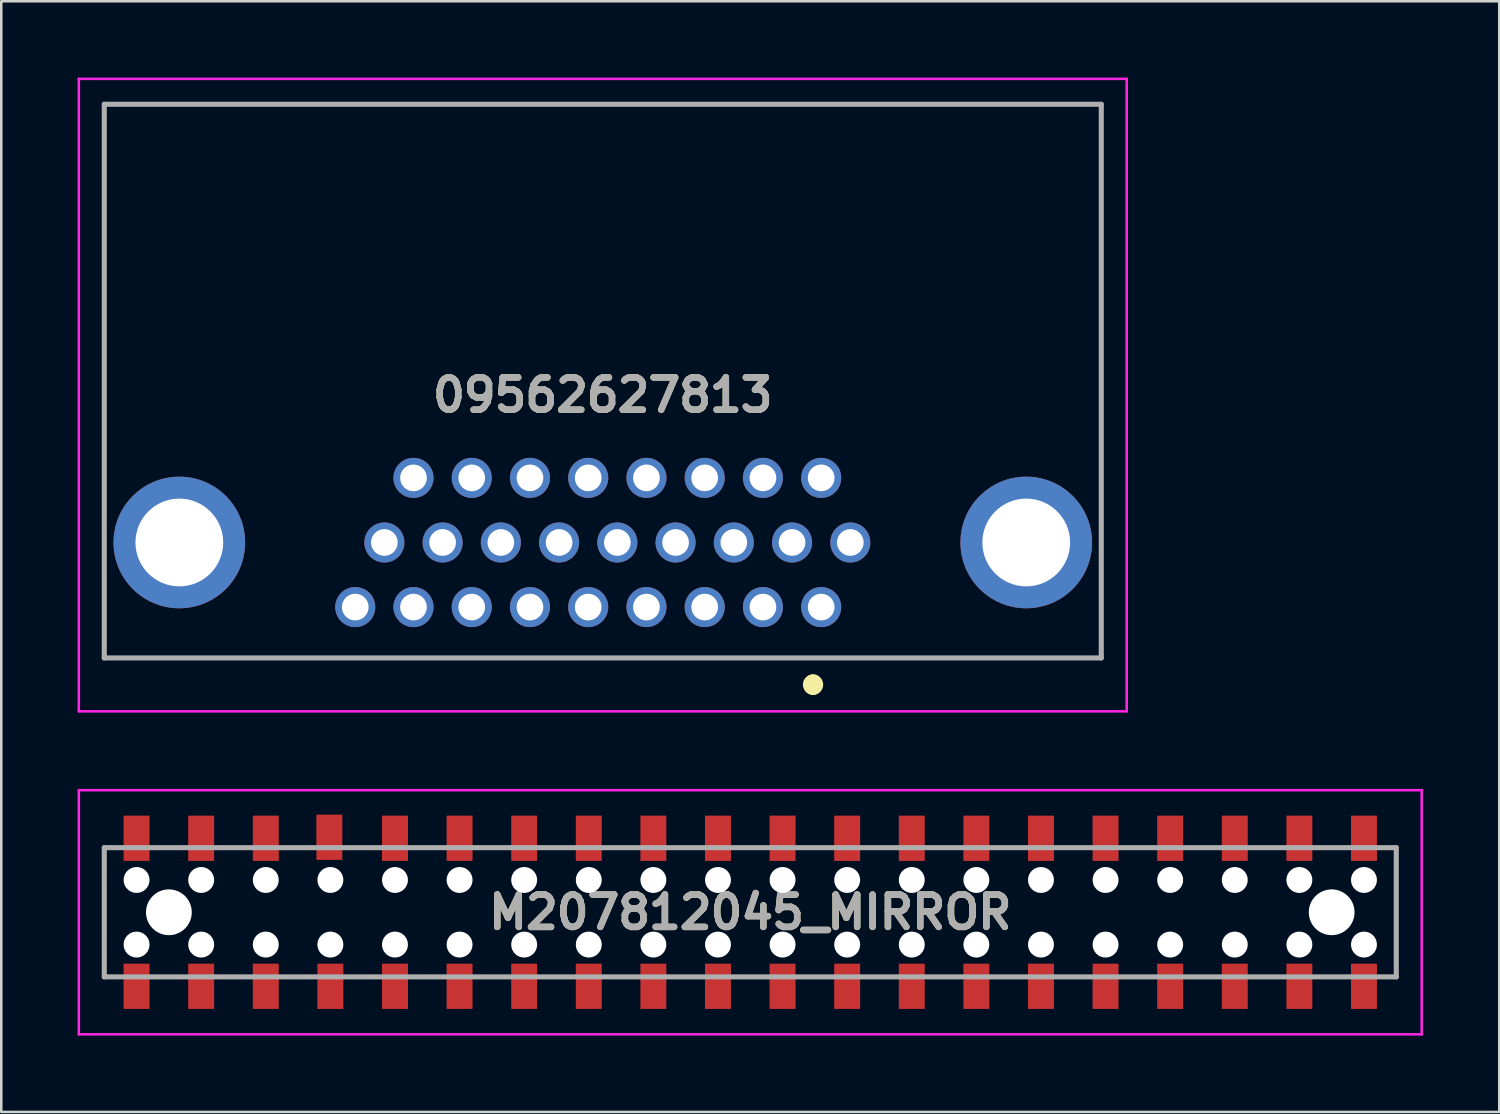
<source format=kicad_pcb>
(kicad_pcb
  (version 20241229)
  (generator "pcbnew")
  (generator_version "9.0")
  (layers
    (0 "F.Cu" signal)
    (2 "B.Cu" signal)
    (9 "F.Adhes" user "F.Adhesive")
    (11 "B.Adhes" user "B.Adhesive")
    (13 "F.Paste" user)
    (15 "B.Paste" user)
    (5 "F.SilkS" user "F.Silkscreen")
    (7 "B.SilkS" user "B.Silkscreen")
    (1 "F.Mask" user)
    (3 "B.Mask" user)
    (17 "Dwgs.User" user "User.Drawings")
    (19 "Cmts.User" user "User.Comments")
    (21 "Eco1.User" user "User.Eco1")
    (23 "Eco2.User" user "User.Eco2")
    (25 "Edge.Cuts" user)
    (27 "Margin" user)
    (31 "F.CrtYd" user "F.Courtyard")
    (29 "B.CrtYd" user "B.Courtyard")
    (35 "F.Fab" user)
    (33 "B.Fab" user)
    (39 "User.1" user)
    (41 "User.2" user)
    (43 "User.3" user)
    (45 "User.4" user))
  (footprint "M207812045_MIRROR"
    (layer "F.Cu")
    (at 26.45 32.82)
    (property "Reference" "M207812045_MIRROR" (at 0 0 0) (layer "F.SilkS") (effects (font (size 1.27 1.27) (thickness 0.254))))
    (attr through_hole)
    (fp_line (start -25.4 -2.54) (end -25.4 2.54) (stroke (width 0.1) (type solid)) (layer "F.SilkS"))
    (fp_line (start 25.4 -2.54) (end 25.4 2.54) (stroke (width 0.1) (type solid)) (layer "F.SilkS"))
    (fp_line (start -26.4 -4.8) (end 26.4 -4.8) (stroke (width 0.1) (type solid)) (layer "F.CrtYd"))
    (fp_line (start -26.4 4.8) (end -26.4 -4.8) (stroke (width 0.1) (type solid)) (layer "F.CrtYd"))
    (fp_line (start 26.4 -4.8) (end 26.4 4.8) (stroke (width 0.1) (type solid)) (layer "F.CrtYd"))
    (fp_line (start 26.4 4.8) (end -26.4 4.8) (stroke (width 0.1) (type solid)) (layer "F.CrtYd"))
    (fp_line (start -25.4 -2.54) (end 25.4 -2.54) (stroke (width 0.2) (type solid)) (layer "F.Fab"))
    (fp_line (start -25.4 2.54) (end -25.4 -2.54) (stroke (width 0.2) (type solid)) (layer "F.Fab"))
    (fp_line (start 25.4 -2.54) (end 25.4 2.54) (stroke (width 0.2) (type solid)) (layer "F.Fab"))
    (fp_line (start 25.4 2.54) (end -25.4 2.54) (stroke (width 0.2) (type solid)) (layer "F.Fab"))
    (fp_text user "${REFERENCE}" (at 0 0 0) (layer "F.Fab") (effects (font (size 1.27 1.27) (thickness 0.254))))
    (pad "" np_thru_hole circle (at -24.13 -1.27) (size 1.02 1.02) (drill 1.02) (layers "*.Cu" "*.Mask"))
    (pad "" np_thru_hole circle (at -24.13 1.27) (size 1.02 1.02) (drill 1.02) (layers "*.Cu" "*.Mask"))
    (pad "" np_thru_hole circle (at -22.86 0) (size 1.8 1.8) (drill 1.8) (layers "*.Cu" "*.Mask"))
    (pad "" np_thru_hole circle (at -21.59 -1.27) (size 1.02 1.02) (drill 1.02) (layers "*.Cu" "*.Mask"))
    (pad "" np_thru_hole circle (at -21.59 1.27) (size 1.02 1.02) (drill 1.02) (layers "*.Cu" "*.Mask"))
    (pad "" np_thru_hole circle (at -19.05 -1.27) (size 1.02 1.02) (drill 1.02) (layers "*.Cu" "*.Mask"))
    (pad "" np_thru_hole circle (at -19.05 1.27) (size 1.02 1.02) (drill 1.02) (layers "*.Cu" "*.Mask"))
    (pad "" np_thru_hole circle (at -16.51 -1.27) (size 1.02 1.02) (drill 1.02) (layers "*.Cu" "*.Mask"))
    (pad "" np_thru_hole circle (at -16.51 1.27) (size 1.02 1.02) (drill 1.02) (layers "*.Cu" "*.Mask"))
    (pad "" np_thru_hole circle (at -13.97 -1.27) (size 1.02 1.02) (drill 1.02) (layers "*.Cu" "*.Mask"))
    (pad "" np_thru_hole circle (at -13.97 1.27) (size 1.02 1.02) (drill 1.02) (layers "*.Cu" "*.Mask"))
    (pad "" np_thru_hole circle (at -11.43 -1.27) (size 1.02 1.02) (drill 1.02) (layers "*.Cu" "*.Mask"))
    (pad "" np_thru_hole circle (at -11.43 1.27) (size 1.02 1.02) (drill 1.02) (layers "*.Cu" "*.Mask"))
    (pad "" np_thru_hole circle (at -8.89 -1.27) (size 1.02 1.02) (drill 1.02) (layers "*.Cu" "*.Mask"))
    (pad "" np_thru_hole circle (at -8.89 1.27) (size 1.02 1.02) (drill 1.02) (layers "*.Cu" "*.Mask"))
    (pad "" np_thru_hole circle (at -6.35 -1.27) (size 1.02 1.02) (drill 1.02) (layers "*.Cu" "*.Mask"))
    (pad "" np_thru_hole circle (at -6.35 1.27) (size 1.02 1.02) (drill 1.02) (layers "*.Cu" "*.Mask"))
    (pad "" np_thru_hole circle (at -3.81 -1.27) (size 1.02 1.02) (drill 1.02) (layers "*.Cu" "*.Mask"))
    (pad "" np_thru_hole circle (at -3.81 1.27) (size 1.02 1.02) (drill 1.02) (layers "*.Cu" "*.Mask"))
    (pad "" np_thru_hole circle (at -1.27 -1.27) (size 1.02 1.02) (drill 1.02) (layers "*.Cu" "*.Mask"))
    (pad "" np_thru_hole circle (at -1.27 1.27) (size 1.02 1.02) (drill 1.02) (layers "*.Cu" "*.Mask"))
    (pad "" np_thru_hole circle (at 1.27 -1.27) (size 1.02 1.02) (drill 1.02) (layers "*.Cu" "*.Mask"))
    (pad "" np_thru_hole circle (at 1.27 1.27) (size 1.02 1.02) (drill 1.02) (layers "*.Cu" "*.Mask"))
    (pad "" np_thru_hole circle (at 3.81 -1.27) (size 1.02 1.02) (drill 1.02) (layers "*.Cu" "*.Mask"))
    (pad "" np_thru_hole circle (at 3.81 1.27) (size 1.02 1.02) (drill 1.02) (layers "*.Cu" "*.Mask"))
    (pad "" np_thru_hole circle (at 6.35 -1.27) (size 1.02 1.02) (drill 1.02) (layers "*.Cu" "*.Mask"))
    (pad "" np_thru_hole circle (at 6.35 1.27) (size 1.02 1.02) (drill 1.02) (layers "*.Cu" "*.Mask"))
    (pad "" np_thru_hole circle (at 8.89 -1.27) (size 1.02 1.02) (drill 1.02) (layers "*.Cu" "*.Mask"))
    (pad "" np_thru_hole circle (at 8.89 1.27) (size 1.02 1.02) (drill 1.02) (layers "*.Cu" "*.Mask"))
    (pad "" np_thru_hole circle (at 11.43 -1.27) (size 1.02 1.02) (drill 1.02) (layers "*.Cu" "*.Mask"))
    (pad "" np_thru_hole circle (at 11.43 1.27) (size 1.02 1.02) (drill 1.02) (layers "*.Cu" "*.Mask"))
    (pad "" np_thru_hole circle (at 13.97 -1.27) (size 1.02 1.02) (drill 1.02) (layers "*.Cu" "*.Mask"))
    (pad "" np_thru_hole circle (at 13.97 1.27) (size 1.02 1.02) (drill 1.02) (layers "*.Cu" "*.Mask"))
    (pad "" np_thru_hole circle (at 16.51 -1.27) (size 1.02 1.02) (drill 1.02) (layers "*.Cu" "*.Mask"))
    (pad "" np_thru_hole circle (at 16.51 1.27) (size 1.02 1.02) (drill 1.02) (layers "*.Cu" "*.Mask"))
    (pad "" np_thru_hole circle (at 19.05 -1.27) (size 1.02 1.02) (drill 1.02) (layers "*.Cu" "*.Mask"))
    (pad "" np_thru_hole circle (at 19.05 1.27) (size 1.02 1.02) (drill 1.02) (layers "*.Cu" "*.Mask"))
    (pad "" np_thru_hole circle (at 21.59 -1.27) (size 1.02 1.02) (drill 1.02) (layers "*.Cu" "*.Mask"))
    (pad "" np_thru_hole circle (at 21.59 1.27) (size 1.02 1.02) (drill 1.02) (layers "*.Cu" "*.Mask"))
    (pad "" np_thru_hole circle (at 22.86 0) (size 1.8 1.8) (drill 1.8) (layers "*.Cu" "*.Mask"))
    (pad "" np_thru_hole circle (at 24.13 -1.27) (size 1.02 1.02) (drill 1.02) (layers "*.Cu" "*.Mask"))
    (pad "" np_thru_hole circle (at 24.13 1.27) (size 1.02 1.02) (drill 1.02) (layers "*.Cu" "*.Mask"))
    (pad "1" smd rect (at 24.13 2.91) (size 1.02 1.78) (layers "F.Cu" "F.Mask" "F.Paste"))
    (pad "2" smd rect (at 24.13 -2.91) (size 1.02 1.78) (layers "F.Cu" "F.Mask" "F.Paste"))
    (pad "3" smd rect (at 21.59 2.91) (size 1.02 1.78) (layers "F.Cu" "F.Mask" "F.Paste"))
    (pad "4" smd rect (at 21.59 -2.91) (size 1.02 1.78) (layers "F.Cu" "F.Mask" "F.Paste"))
    (pad "5" smd rect (at 19.05 2.91) (size 1.02 1.78) (layers "F.Cu" "F.Mask" "F.Paste"))
    (pad "6" smd rect (at 19.05 -2.91) (size 1.02 1.78) (layers "F.Cu" "F.Mask" "F.Paste"))
    (pad "7" smd rect (at 16.51 2.91) (size 1.02 1.78) (layers "F.Cu" "F.Mask" "F.Paste"))
    (pad "8" smd rect (at 16.51 -2.91) (size 1.02 1.78) (layers "F.Cu" "F.Mask" "F.Paste"))
    (pad "9" smd rect (at 13.97 2.91) (size 1.02 1.78) (layers "F.Cu" "F.Mask" "F.Paste"))
    (pad "10" smd rect (at 13.97 -2.91) (size 1.02 1.78) (layers "F.Cu" "F.Mask" "F.Paste"))
    (pad "11" smd rect (at 11.43 2.91) (size 1.02 1.78) (layers "F.Cu" "F.Mask" "F.Paste"))
    (pad "12" smd rect (at 11.43 -2.91) (size 1.02 1.78) (layers "F.Cu" "F.Mask" "F.Paste"))
    (pad "13" smd rect (at 8.89 2.91) (size 1.02 1.78) (layers "F.Cu" "F.Mask" "F.Paste"))
    (pad "14" smd rect (at 8.89 -2.91) (size 1.02 1.78) (layers "F.Cu" "F.Mask" "F.Paste"))
    (pad "15" smd rect (at 6.35 2.91) (size 1.02 1.78) (layers "F.Cu" "F.Mask" "F.Paste"))
    (pad "16" smd rect (at 6.35 -2.91) (size 1.02 1.78) (layers "F.Cu" "F.Mask" "F.Paste"))
    (pad "17" smd rect (at 3.81 2.91) (size 1.02 1.78) (layers "F.Cu" "F.Mask" "F.Paste"))
    (pad "18" smd rect (at 3.81 -2.91) (size 1.02 1.78) (layers "F.Cu" "F.Mask" "F.Paste"))
    (pad "19" smd rect (at 1.27 2.91) (size 1.02 1.78) (layers "F.Cu" "F.Mask" "F.Paste"))
    (pad "20" smd rect (at 1.27 -2.91) (size 1.02 1.78) (layers "F.Cu" "F.Mask" "F.Paste"))
    (pad "21" smd rect (at -1.27 2.91) (size 1.02 1.78) (layers "F.Cu" "F.Mask" "F.Paste"))
    (pad "22" smd rect (at -1.27 -2.91) (size 1.02 1.78) (layers "F.Cu" "F.Mask" "F.Paste"))
    (pad "23" smd rect (at -3.81 2.91) (size 1.02 1.78) (layers "F.Cu" "F.Mask" "F.Paste"))
    (pad "24" smd rect (at -3.81 -2.91) (size 1.02 1.78) (layers "F.Cu" "F.Mask" "F.Paste"))
    (pad "25" smd rect (at -6.35 2.91) (size 1.02 1.78) (layers "F.Cu" "F.Mask" "F.Paste"))
    (pad "26" smd rect (at -6.35 -2.91) (size 1.02 1.78) (layers "F.Cu" "F.Mask" "F.Paste"))
    (pad "27" smd rect (at -8.89 2.91) (size 1.02 1.78) (layers "F.Cu" "F.Mask" "F.Paste"))
    (pad "28" smd rect (at -8.89 -2.91) (size 1.02 1.78) (layers "F.Cu" "F.Mask" "F.Paste"))
    (pad "29" smd rect (at -11.43 2.91) (size 1.02 1.78) (layers "F.Cu" "F.Mask" "F.Paste"))
    (pad "30" smd rect (at -11.43 -2.91) (size 1.02 1.78) (layers "F.Cu" "F.Mask" "F.Paste"))
    (pad "31" smd rect (at -13.97 2.91) (size 1.02 1.78) (layers "F.Cu" "F.Mask" "F.Paste"))
    (pad "32" smd rect (at -13.97 -2.91) (size 1.02 1.78) (layers "F.Cu" "F.Mask" "F.Paste"))
    (pad "33" smd rect (at -16.51 2.91) (size 1.02 1.78) (layers "F.Cu" "F.Mask" "F.Paste"))
    (pad "34" smd rect (at -16.55 -2.95) (size 1.02 1.78) (layers "F.Cu" "F.Mask" "F.Paste"))
    (pad "35" smd rect (at -19.05 2.91) (size 1.02 1.78) (layers "F.Cu" "F.Mask" "F.Paste"))
    (pad "36" smd rect (at -19.05 -2.91) (size 1.02 1.78) (layers "F.Cu" "F.Mask" "F.Paste"))
    (pad "37" smd rect (at -21.59 2.91) (size 1.02 1.78) (layers "F.Cu" "F.Mask" "F.Paste"))
    (pad "38" smd rect (at -21.59 -2.91) (size 1.02 1.78) (layers "F.Cu" "F.Mask" "F.Paste"))
    (pad "39" smd rect (at -24.13 2.91) (size 1.02 1.78) (layers "F.Cu" "F.Mask" "F.Paste"))
    (pad "40" smd rect (at -24.13 -2.91) (size 1.02 1.78) (layers "F.Cu" "F.Mask" "F.Paste")))
  (footprint "09562627813"
    (layer "F.Cu")
    (at 29.238 20.82)
    (property "Reference" "09562627813" (at -8.587 -8.335 0) (layer "F.SilkS") (effects (font (size 1.27 1.27) (thickness 0.254))))
    (attr through_hole)
    (fp_line (start -28.188 -19.77) (end -28.188 2) (stroke (width 0.1) (type solid)) (layer "F.SilkS"))
    (fp_line (start -28.188 2) (end 11.013 2) (stroke (width 0.1) (type solid)) (layer "F.SilkS"))
    (fp_line (start -0.32 3) (end -0.32 3) (stroke (width 0.7) (type solid)) (layer "F.SilkS"))
    (fp_line (start -0.32 3.1) (end -0.32 3.1) (stroke (width 0.7) (type solid)) (layer "F.SilkS"))
    (fp_line (start 11.013 -19.77) (end -28.188 -19.77) (stroke (width 0.1) (type solid)) (layer "F.SilkS"))
    (fp_line (start 11.013 2) (end 11.013 -19.77) (stroke (width 0.1) (type solid)) (layer "F.SilkS"))
    (fp_arc (start -0.32 3) (mid -0.27 3.05) (end -0.32 3.1) (stroke (width 0.7) (type solid)) (layer "F.SilkS"))
    (fp_arc (start -0.32 3.1) (mid -0.37 3.05) (end -0.32 3) (stroke (width 0.7) (type solid)) (layer "F.SilkS"))
    (fp_line (start -29.188 -20.77) (end -29.188 4.1) (stroke (width 0.1) (type solid)) (layer "F.CrtYd"))
    (fp_line (start -29.188 4.1) (end 12.013 4.1) (stroke (width 0.1) (type solid)) (layer "F.CrtYd"))
    (fp_line (start 12.013 -20.77) (end -29.188 -20.77) (stroke (width 0.1) (type solid)) (layer "F.CrtYd"))
    (fp_line (start 12.013 4.1) (end 12.013 -20.77) (stroke (width 0.1) (type solid)) (layer "F.CrtYd"))
    (fp_line (start -28.188 -19.77) (end -28.188 2) (stroke (width 0.2) (type solid)) (layer "F.Fab"))
    (fp_line (start -28.188 2) (end 11.013 2) (stroke (width 0.2) (type solid)) (layer "F.Fab"))
    (fp_line (start 11.013 -19.77) (end -28.188 -19.77) (stroke (width 0.2) (type solid)) (layer "F.Fab"))
    (fp_line (start 11.013 2) (end 11.013 -19.77) (stroke (width 0.2) (type solid)) (layer "F.Fab"))
    (fp_text user "${REFERENCE}" (at -8.587 -8.335 0) (layer "F.Fab") (effects (font (size 1.27 1.27) (thickness 0.254))))
    (pad "1" thru_hole circle (at 0 0) (size 1.575 1.575) (drill 1.05) (layers "*.Cu" "*.Mask"))
    (pad "2" thru_hole circle (at -2.29 0) (size 1.575 1.575) (drill 1.05) (layers "*.Cu" "*.Mask"))
    (pad "3" thru_hole circle (at -4.58 0) (size 1.575 1.575) (drill 1.05) (layers "*.Cu" "*.Mask"))
    (pad "4" thru_hole circle (at -6.87 0) (size 1.575 1.575) (drill 1.05) (layers "*.Cu" "*.Mask"))
    (pad "5" thru_hole circle (at -9.16 0) (size 1.575 1.575) (drill 1.05) (layers "*.Cu" "*.Mask"))
    (pad "6" thru_hole circle (at -11.45 0) (size 1.575 1.575) (drill 1.05) (layers "*.Cu" "*.Mask"))
    (pad "7" thru_hole circle (at -13.74 0) (size 1.575 1.575) (drill 1.05) (layers "*.Cu" "*.Mask"))
    (pad "8" thru_hole circle (at -16.03 0) (size 1.575 1.575) (drill 1.05) (layers "*.Cu" "*.Mask"))
    (pad "9" thru_hole circle (at -18.32 0) (size 1.575 1.575) (drill 1.05) (layers "*.Cu" "*.Mask"))
    (pad "10" thru_hole circle (at 1.145 -2.54) (size 1.575 1.575) (drill 1.05) (layers "*.Cu" "*.Mask"))
    (pad "11" thru_hole circle (at -1.145 -2.54) (size 1.575 1.575) (drill 1.05) (layers "*.Cu" "*.Mask"))
    (pad "12" thru_hole circle (at -3.435 -2.54) (size 1.575 1.575) (drill 1.05) (layers "*.Cu" "*.Mask"))
    (pad "13" thru_hole circle (at -5.725 -2.54) (size 1.575 1.575) (drill 1.05) (layers "*.Cu" "*.Mask"))
    (pad "14" thru_hole circle (at -8.015 -2.54) (size 1.575 1.575) (drill 1.05) (layers "*.Cu" "*.Mask"))
    (pad "15" thru_hole circle (at -10.305 -2.54) (size 1.575 1.575) (drill 1.05) (layers "*.Cu" "*.Mask"))
    (pad "16" thru_hole circle (at -12.595 -2.54) (size 1.575 1.575) (drill 1.05) (layers "*.Cu" "*.Mask"))
    (pad "17" thru_hole circle (at -14.885 -2.54) (size 1.575 1.575) (drill 1.05) (layers "*.Cu" "*.Mask"))
    (pad "18" thru_hole circle (at -17.175 -2.54) (size 1.575 1.575) (drill 1.05) (layers "*.Cu" "*.Mask"))
    (pad "19" thru_hole circle (at 0 -5.08) (size 1.575 1.575) (drill 1.05) (layers "*.Cu" "*.Mask"))
    (pad "20" thru_hole circle (at -2.29 -5.08) (size 1.575 1.575) (drill 1.05) (layers "*.Cu" "*.Mask"))
    (pad "21" thru_hole circle (at -4.58 -5.08) (size 1.575 1.575) (drill 1.05) (layers "*.Cu" "*.Mask"))
    (pad "22" thru_hole circle (at -6.87 -5.08) (size 1.575 1.575) (drill 1.05) (layers "*.Cu" "*.Mask"))
    (pad "23" thru_hole circle (at -9.16 -5.08) (size 1.575 1.575) (drill 1.05) (layers "*.Cu" "*.Mask"))
    (pad "24" thru_hole circle (at -11.45 -5.08) (size 1.575 1.575) (drill 1.05) (layers "*.Cu" "*.Mask"))
    (pad "25" thru_hole circle (at -13.74 -5.08) (size 1.575 1.575) (drill 1.05) (layers "*.Cu" "*.Mask"))
    (pad "26" thru_hole circle (at -16.03 -5.08) (size 1.575 1.575) (drill 1.05) (layers "*.Cu" "*.Mask"))
    (pad "MH1" thru_hole circle (at 8.063 -2.54) (size 5.175 5.175) (drill 3.45) (layers "*.Cu" "*.Mask"))
    (pad "MH2" thru_hole circle (at -25.237 -2.54) (size 5.175 5.175) (drill 3.45) (layers "*.Cu" "*.Mask")))
  (gr_rect
    (start -3 -3)
    (end 55.9 40.67)
    (stroke (width 0.1) (type default))
    (fill no)
    (layer "Edge.Cuts")))
</source>
